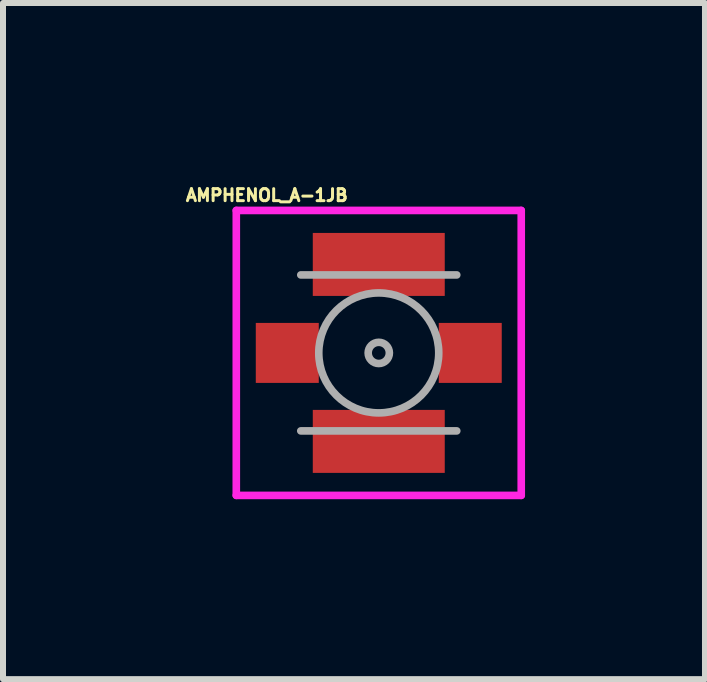
<source format=kicad_pcb>
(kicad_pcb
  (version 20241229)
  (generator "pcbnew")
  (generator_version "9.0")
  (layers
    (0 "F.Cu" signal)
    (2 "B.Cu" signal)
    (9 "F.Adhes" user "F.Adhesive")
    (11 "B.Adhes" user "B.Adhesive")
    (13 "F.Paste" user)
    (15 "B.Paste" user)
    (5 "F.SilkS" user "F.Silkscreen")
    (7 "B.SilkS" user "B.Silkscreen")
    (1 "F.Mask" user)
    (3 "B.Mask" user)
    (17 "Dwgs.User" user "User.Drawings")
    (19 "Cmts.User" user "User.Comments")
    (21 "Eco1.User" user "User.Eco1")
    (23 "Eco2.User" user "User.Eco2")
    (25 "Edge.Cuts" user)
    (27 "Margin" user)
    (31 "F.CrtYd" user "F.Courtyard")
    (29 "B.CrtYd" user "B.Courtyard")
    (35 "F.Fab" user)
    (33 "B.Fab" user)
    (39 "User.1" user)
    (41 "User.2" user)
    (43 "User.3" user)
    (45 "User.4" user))
  (footprint "AMPHENOL_A-1JB"
    (layer "F.Cu")
    (at 3.264 2.833)
    (property "Reference" "AMPHENOL_A-1JB" (at -1.866 -2.628 0) (layer "F.SilkS") (effects (font (size 0.2 0.2) (thickness 0.15))))
    (attr through_hole)
    (fp_line (start -2.375 -2.375) (end 2.375 -2.375) (stroke (width 0.127) (type solid)) (layer "F.CrtYd"))
    (fp_line (start -2.375 2.375) (end -2.375 -2.375) (stroke (width 0.127) (type solid)) (layer "F.CrtYd"))
    (fp_line (start 2.375 -2.375) (end 2.375 2.375) (stroke (width 0.127) (type solid)) (layer "F.CrtYd"))
    (fp_line (start 2.375 2.375) (end -2.375 2.375) (stroke (width 0.127) (type solid)) (layer "F.CrtYd"))
    (fp_line (start -1.3 -1.3) (end 1.3 -1.3) (stroke (width 0.127) (type solid)) (layer "F.Fab"))
    (fp_line (start 1.3 1.3) (end -1.3 1.3) (stroke (width 0.127) (type solid)) (layer "F.Fab"))
    (fp_circle (center 0 0) (end 0.177 0) (stroke (width 0.127) (type solid)) (fill no) (layer "F.Fab"))
    (fp_circle (center 0 0) (end 1 0) (stroke (width 0.127) (type solid)) (fill no) (layer "F.Fab"))
    (pad "GND1" smd rect (at 0 -1.475) (size 2.2 1.05) (layers "F.Cu" "F.Mask" "F.Paste"))
    (pad "GND2" smd rect (at 0 1.475) (size 2.2 1.05) (layers "F.Cu" "F.Mask" "F.Paste"))
    (pad "OPTIONAL_GND" smd rect (at -1.525 0) (size 1.05 1) (layers "F.Cu" "F.Mask" "F.Paste"))
    (pad "SIGNAL" smd rect (at 1.525 0) (size 1.05 1) (layers "F.Cu" "F.Mask" "F.Paste")))
  (gr_rect
    (start -3 -3)
    (end 8.702 8.271)
    (stroke (width 0.1) (type default))
    (fill no)
    (layer "Edge.Cuts")))
</source>
